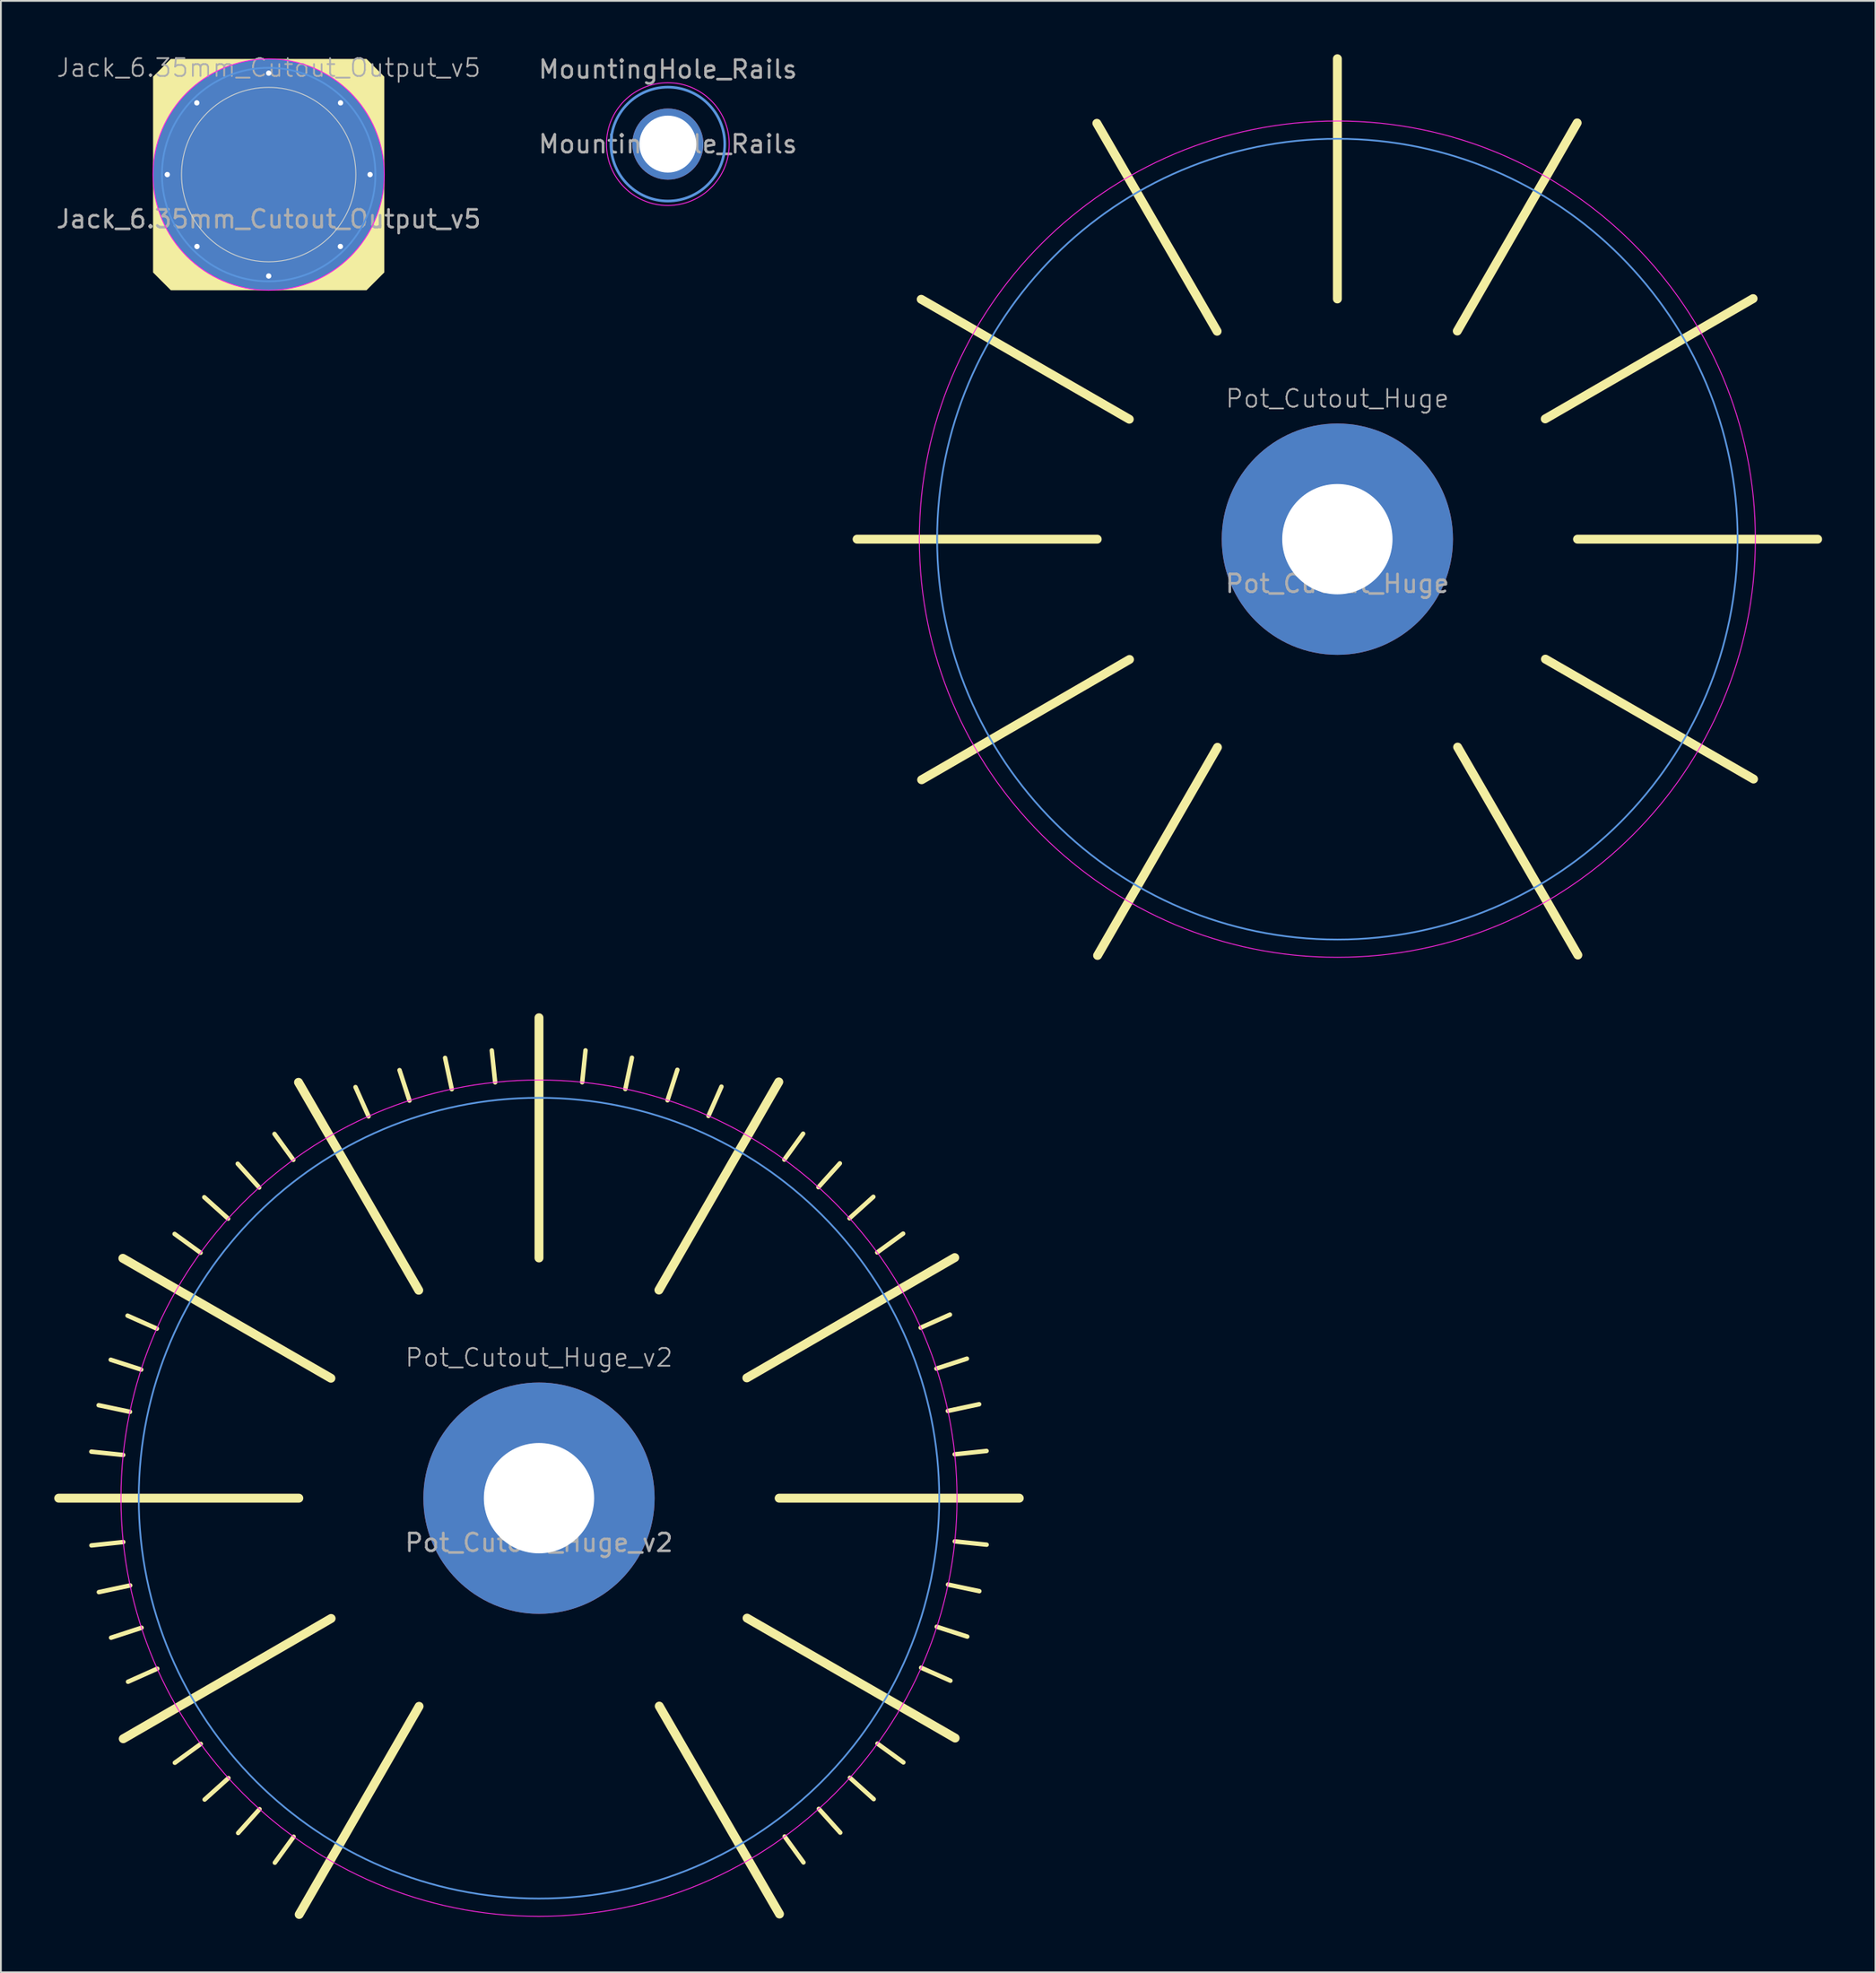
<source format=kicad_pcb>
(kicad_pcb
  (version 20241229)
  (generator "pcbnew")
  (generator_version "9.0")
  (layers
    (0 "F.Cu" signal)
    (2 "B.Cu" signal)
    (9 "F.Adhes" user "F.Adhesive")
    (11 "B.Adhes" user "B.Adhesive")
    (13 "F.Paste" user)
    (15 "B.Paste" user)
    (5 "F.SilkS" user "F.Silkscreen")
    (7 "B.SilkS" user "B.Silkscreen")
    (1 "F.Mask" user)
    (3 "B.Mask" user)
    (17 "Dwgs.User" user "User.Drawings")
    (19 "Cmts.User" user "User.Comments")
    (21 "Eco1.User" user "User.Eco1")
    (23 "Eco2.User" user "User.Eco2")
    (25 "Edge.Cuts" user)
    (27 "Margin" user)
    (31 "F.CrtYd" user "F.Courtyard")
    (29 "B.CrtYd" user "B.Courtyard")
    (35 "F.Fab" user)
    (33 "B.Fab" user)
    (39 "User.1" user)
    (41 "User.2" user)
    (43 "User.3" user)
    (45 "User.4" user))
  (footprint "Pot_Cutout_Huge"
    (layer "F.Cu")
    (at 72.131 27.25)
    (property "Reference" "Pot_Cutout_Huge" (at 0 -7.9 0) (unlocked yes) (layer "F.Fab") (effects (font (size 1 1) (thickness 0.1))))
    (attr through_hole)
    (fp_line (start -23.394 -13.481) (end -11.697 -6.741) (stroke (width 0.5) (type default)) (layer "F.SilkS"))
    (fp_line (start -23.371 13.52) (end -11.685 6.76) (stroke (width 0.5) (type default)) (layer "F.SilkS"))
    (fp_line (start -13.52 -23.371) (end -6.76 -11.685) (stroke (width 0.5) (type default)) (layer "F.SilkS"))
    (fp_line (start -13.5 0) (end -27 0) (stroke (width 0.5) (type default)) (layer "F.SilkS"))
    (fp_line (start -13.481 23.394) (end -6.741 11.697) (stroke (width 0.5) (type default)) (layer "F.SilkS"))
    (fp_line (start 0 -13.5) (end 0 -27) (stroke (width 0.5) (type default)) (layer "F.SilkS"))
    (fp_line (start 13.481 -23.394) (end 6.741 -11.697) (stroke (width 0.5) (type default)) (layer "F.SilkS"))
    (fp_line (start 13.5 0) (end 27 0) (stroke (width 0.5) (type default)) (layer "F.SilkS"))
    (fp_line (start 13.52 23.371) (end 6.76 11.685) (stroke (width 0.5) (type default)) (layer "F.SilkS"))
    (fp_line (start 23.371 -13.52) (end 11.685 -6.76) (stroke (width 0.5) (type default)) (layer "F.SilkS"))
    (fp_line (start 23.394 13.481) (end 11.697 6.741) (stroke (width 0.5) (type default)) (layer "F.SilkS"))
    (fp_circle (center 0 0) (end 22.5 0) (stroke (width 0.1) (type default)) (fill no) (layer "Cmts.User"))
    (fp_circle (center 0 0) (end 23.5 0) (stroke (width 0.05) (type default)) (fill no) (layer "F.CrtYd"))
    (fp_text user "${REFERENCE}" (at 0 2.5 0) (unlocked yes) (layer "F.Fab") (effects (font (size 1 1) (thickness 0.15))))
    (pad "1" thru_hole circle (at 0 0) (size 13 13) (drill 6.2) (layers "*.Cu" "*.Mask")))
  (footprint "MountingHole_Rails"
    (layer "F.Cu")
    (at 34.494 5.048)
    (property "Reference" "MountingHole_Rails" (at 0 -4.2 0) (layer "F.Fab") (effects (font (size 1 1) (thickness 0.15))))
    (attr exclude_from_pos_files exclude_from_bom)
    (fp_circle (center 0 0) (end 3.2 0) (stroke (width 0.15) (type solid)) (fill no) (layer "Cmts.User"))
    (fp_circle (center 0 0) (end 3.45 0) (stroke (width 0.05) (type solid)) (fill no) (layer "F.CrtYd"))
    (fp_text user "${REFERENCE}" (at 0 0 0) (layer "F.Fab") (effects (font (size 1 1) (thickness 0.15))))
    (pad "1" thru_hole circle (at 0 0) (size 4 4) (drill 3.2) (layers "*.Cu" "*.Mask")))
  (footprint "Jack_6.35mm_Cutout_Output_v5"
    (layer "F.Cu")
    (at 12.054 6.761)
    (property "Reference" "Jack_6.35mm_Cutout_Output_v5" (at 0 -6 0) (unlocked yes) (layer "F.Fab") (effects (font (size 1 1) (thickness 0.1))))
    (attr through_hole exclude_from_bom)
    (fp_poly (pts (xy -6.5 5.5) (arc (start -6.5 0) (mid -4.596194 4.596194) (end 0 6.5)) (xy -5.5 6.5)) (stroke (width 0) (type solid)) (fill yes) (layer "F.SilkS"))
    (fp_poly (pts (xy -5.5 -6.5) (arc (start 0 -6.5) (mid -4.596194 -4.596194) (end -6.5 0)) (xy -6.5 -5.5)) (stroke (width 0) (type solid)) (fill yes) (layer "F.SilkS"))
    (fp_poly (pts (xy 5.5 6.5) (arc (start 0 6.5) (mid 4.596194 4.596194) (end 6.5 0)) (xy 6.5 5.5)) (stroke (width 0) (type solid)) (fill yes) (layer "F.SilkS"))
    (fp_poly (pts (xy 6.5 -5.5) (arc (start 6.5 0) (mid 4.596194 -4.596194) (end 0 -6.5)) (xy 5.5 -6.5)) (stroke (width 0) (type solid)) (fill yes) (layer "F.SilkS"))
    (fp_circle (center 0 0) (end 0 6) (stroke (width 0.1) (type default)) (fill no) (layer "Cmts.User"))
    (fp_circle (center 0 0) (end 0 -4.9) (stroke (width 0.05) (type default)) (fill no) (layer "Edge.Cuts"))
    (fp_circle (center 0 0) (end 0 6.5) (stroke (width 0.05) (type default)) (fill no) (layer "F.CrtYd"))
    (fp_text user "${REFERENCE}" (at 0 2.5 0) (unlocked yes) (layer "F.Fab") (effects (font (size 1 1) (thickness 0.15))))
    (pad "1" thru_hole circle (at -5.7 0) (size 0.5 0.5) (drill 0.3) (layers "*.Cu" "*.Mask"))
    (pad "1" thru_hole circle (at -4.04 -4.03) (size 0.5 0.5) (drill 0.3) (layers "*.Cu" "*.Mask"))
    (pad "1" thru_hole circle (at -4.03 4.04) (size 0.5 0.5) (drill 0.3) (layers "*.Cu" "*.Mask"))
    (pad "1" thru_hole circle (at 0 -5.7) (size 0.5 0.5) (drill 0.3) (layers "*.Cu" "*.Mask"))
    (pad "1" connect circle (at 0 0) (size 13 13) (layers "F.Cu" "F.Mask"))
    (pad "1" connect circle (at 0 0) (size 13 13) (layers "B.Cu" "B.Mask"))
    (pad "1" thru_hole circle (at 0 5.7) (size 0.5 0.5) (drill 0.3) (layers "*.Cu" "*.Mask"))
    (pad "1" thru_hole circle (at 4.03 4.04) (size 0.5 0.5) (drill 0.3) (layers "*.Cu" "*.Mask"))
    (pad "1" thru_hole circle (at 4.04 -4.03) (size 0.5 0.5) (drill 0.3) (layers "*.Cu" "*.Mask"))
    (pad "1" thru_hole circle (at 5.7 0) (size 0.5 0.5) (drill 0.3) (layers "*.Cu" "*.Mask")))
  (footprint "Pot_Cutout_Huge_v2"
    (layer "F.Cu")
    (at 27.25 81.144)
    (property "Reference" "Pot_Cutout_Huge_v2" (at 0 -7.9 0) (unlocked yes) (layer "F.Fab") (effects (font (size 1 1) (thickness 0.1))))
    (attr through_hole)
    (fp_line (start -23.394 -13.481) (end -11.697 -6.741) (stroke (width 0.5) (type default)) (layer "F.SilkS"))
    (fp_line (start -23.374 -2.428) (end -25.165 -2.614) (stroke (width 0.25) (type default)) (layer "F.SilkS"))
    (fp_line (start -23.371 13.52) (end -11.685 6.76) (stroke (width 0.5) (type default)) (layer "F.SilkS"))
    (fp_line (start -23.37 2.465) (end -25.16 2.654) (stroke (width 0.25) (type default)) (layer "F.SilkS"))
    (fp_line (start -23.102 10.315) (end -21.458 9.581) (stroke (width 0.25) (type default)) (layer "F.SilkS"))
    (fp_line (start -22.993 -4.854) (end -24.754 -5.225) (stroke (width 0.25) (type default)) (layer "F.SilkS"))
    (fp_line (start -22.983 4.903) (end -24.743 5.279) (stroke (width 0.25) (type default)) (layer "F.SilkS"))
    (fp_line (start -22.361 -7.226) (end -24.074 -7.779) (stroke (width 0.25) (type default)) (layer "F.SilkS"))
    (fp_line (start -22.343 7.282) (end -24.055 7.84) (stroke (width 0.25) (type default)) (layer "F.SilkS"))
    (fp_line (start -21.482 -9.527) (end -23.128 -10.257) (stroke (width 0.25) (type default)) (layer "F.SilkS"))
    (fp_line (start -19.027 -13.793) (end -20.484 -14.849) (stroke (width 0.25) (type default)) (layer "F.SilkS"))
    (fp_line (start -19.014 13.81) (end -20.47 14.868) (stroke (width 0.25) (type default)) (layer "F.SilkS"))
    (fp_line (start -17.477 -15.71) (end -18.816 -16.913) (stroke (width 0.25) (type default)) (layer "F.SilkS"))
    (fp_line (start -17.458 15.731) (end -18.796 16.936) (stroke (width 0.25) (type default)) (layer "F.SilkS"))
    (fp_line (start -15.731 -17.458) (end -16.936 -18.796) (stroke (width 0.25) (type default)) (layer "F.SilkS"))
    (fp_line (start -15.71 17.477) (end -16.913 18.816) (stroke (width 0.25) (type default)) (layer "F.SilkS"))
    (fp_line (start -13.81 -19.014) (end -14.868 -20.47) (stroke (width 0.25) (type default)) (layer "F.SilkS"))
    (fp_line (start -13.793 19.027) (end -14.849 20.484) (stroke (width 0.25) (type default)) (layer "F.SilkS"))
    (fp_line (start -13.52 -23.371) (end -6.76 -11.685) (stroke (width 0.5) (type default)) (layer "F.SilkS"))
    (fp_line (start -13.5 0) (end -27 0) (stroke (width 0.5) (type default)) (layer "F.SilkS"))
    (fp_line (start -13.481 23.394) (end -6.741 11.697) (stroke (width 0.5) (type default)) (layer "F.SilkS"))
    (fp_line (start -10.315 -23.102) (end -9.581 -21.458) (stroke (width 0.25) (type default)) (layer "F.SilkS"))
    (fp_line (start -7.282 -22.343) (end -7.84 -24.055) (stroke (width 0.25) (type default)) (layer "F.SilkS"))
    (fp_line (start -4.903 -22.983) (end -5.279 -24.743) (stroke (width 0.25) (type default)) (layer "F.SilkS"))
    (fp_line (start -2.465 -23.37) (end -2.654 -25.16) (stroke (width 0.25) (type default)) (layer "F.SilkS"))
    (fp_line (start -0.000001 -13.5) (end -0.000001 -27) (stroke (width 0.5) (type default)) (layer "F.SilkS"))
    (fp_line (start 2.428 -23.374) (end 2.614 -25.165) (stroke (width 0.25) (type default)) (layer "F.SilkS"))
    (fp_line (start 4.854 -22.993) (end 5.225 -24.754) (stroke (width 0.25) (type default)) (layer "F.SilkS"))
    (fp_line (start 7.226 -22.361) (end 7.779 -24.074) (stroke (width 0.25) (type default)) (layer "F.SilkS"))
    (fp_line (start 9.527 -21.482) (end 10.257 -23.128) (stroke (width 0.25) (type default)) (layer "F.SilkS"))
    (fp_line (start 13.481 -23.394) (end 6.741 -11.697) (stroke (width 0.5) (type default)) (layer "F.SilkS"))
    (fp_line (start 13.5 -0.000001) (end 27 -0.000001) (stroke (width 0.5) (type default)) (layer "F.SilkS"))
    (fp_line (start 13.52 23.371) (end 6.76 11.685) (stroke (width 0.5) (type default)) (layer "F.SilkS"))
    (fp_line (start 13.792 -19.027) (end 14.849 -20.484) (stroke (width 0.25) (type default)) (layer "F.SilkS"))
    (fp_line (start 13.81 19.014) (end 14.868 20.47) (stroke (width 0.25) (type default)) (layer "F.SilkS"))
    (fp_line (start 15.71 -17.477) (end 16.913 -18.816) (stroke (width 0.25) (type default)) (layer "F.SilkS"))
    (fp_line (start 15.731 17.458) (end 16.936 18.796) (stroke (width 0.25) (type default)) (layer "F.SilkS"))
    (fp_line (start 17.458 -15.731) (end 18.796 -16.936) (stroke (width 0.25) (type default)) (layer "F.SilkS"))
    (fp_line (start 17.477 15.71) (end 18.816 16.913) (stroke (width 0.25) (type default)) (layer "F.SilkS"))
    (fp_line (start 19.014 -13.81) (end 20.47 -14.868) (stroke (width 0.25) (type default)) (layer "F.SilkS"))
    (fp_line (start 19.027 13.792) (end 20.484 14.849) (stroke (width 0.25) (type default)) (layer "F.SilkS"))
    (fp_line (start 21.482 9.527) (end 23.128 10.257) (stroke (width 0.25) (type default)) (layer "F.SilkS"))
    (fp_line (start 22.343 -7.282) (end 24.055 -7.84) (stroke (width 0.25) (type default)) (layer "F.SilkS"))
    (fp_line (start 22.361 7.226) (end 24.074 7.779) (stroke (width 0.25) (type default)) (layer "F.SilkS"))
    (fp_line (start 22.983 -4.903) (end 24.743 -5.279) (stroke (width 0.25) (type default)) (layer "F.SilkS"))
    (fp_line (start 22.993 4.854) (end 24.754 5.225) (stroke (width 0.25) (type default)) (layer "F.SilkS"))
    (fp_line (start 23.102 -10.315) (end 21.458 -9.581) (stroke (width 0.25) (type default)) (layer "F.SilkS"))
    (fp_line (start 23.37 -2.465) (end 25.16 -2.654) (stroke (width 0.25) (type default)) (layer "F.SilkS"))
    (fp_line (start 23.371 -13.52) (end 11.685 -6.76) (stroke (width 0.5) (type default)) (layer "F.SilkS"))
    (fp_line (start 23.374 2.428) (end 25.165 2.614) (stroke (width 0.25) (type default)) (layer "F.SilkS"))
    (fp_line (start 23.394 13.481) (end 11.697 6.741) (stroke (width 0.5) (type default)) (layer "F.SilkS"))
    (fp_circle (center 0 0) (end 22.5 0) (stroke (width 0.1) (type default)) (fill no) (layer "Cmts.User"))
    (fp_circle (center 0 0) (end 23.5 0) (stroke (width 0.05) (type default)) (fill no) (layer "F.CrtYd"))
    (fp_text user "${REFERENCE}" (at 0 2.5 0) (unlocked yes) (layer "F.Fab") (effects (font (size 1 1) (thickness 0.15))))
    (pad "1" thru_hole circle (at 0 0) (size 13 13) (drill 6.2) (layers "*.Cu" "*.Mask")))
  (gr_rect
    (start -3 -3)
    (end 102.381 107.787)
    (stroke (width 0.1) (type default))
    (fill no)
    (layer "Edge.Cuts")))
</source>
